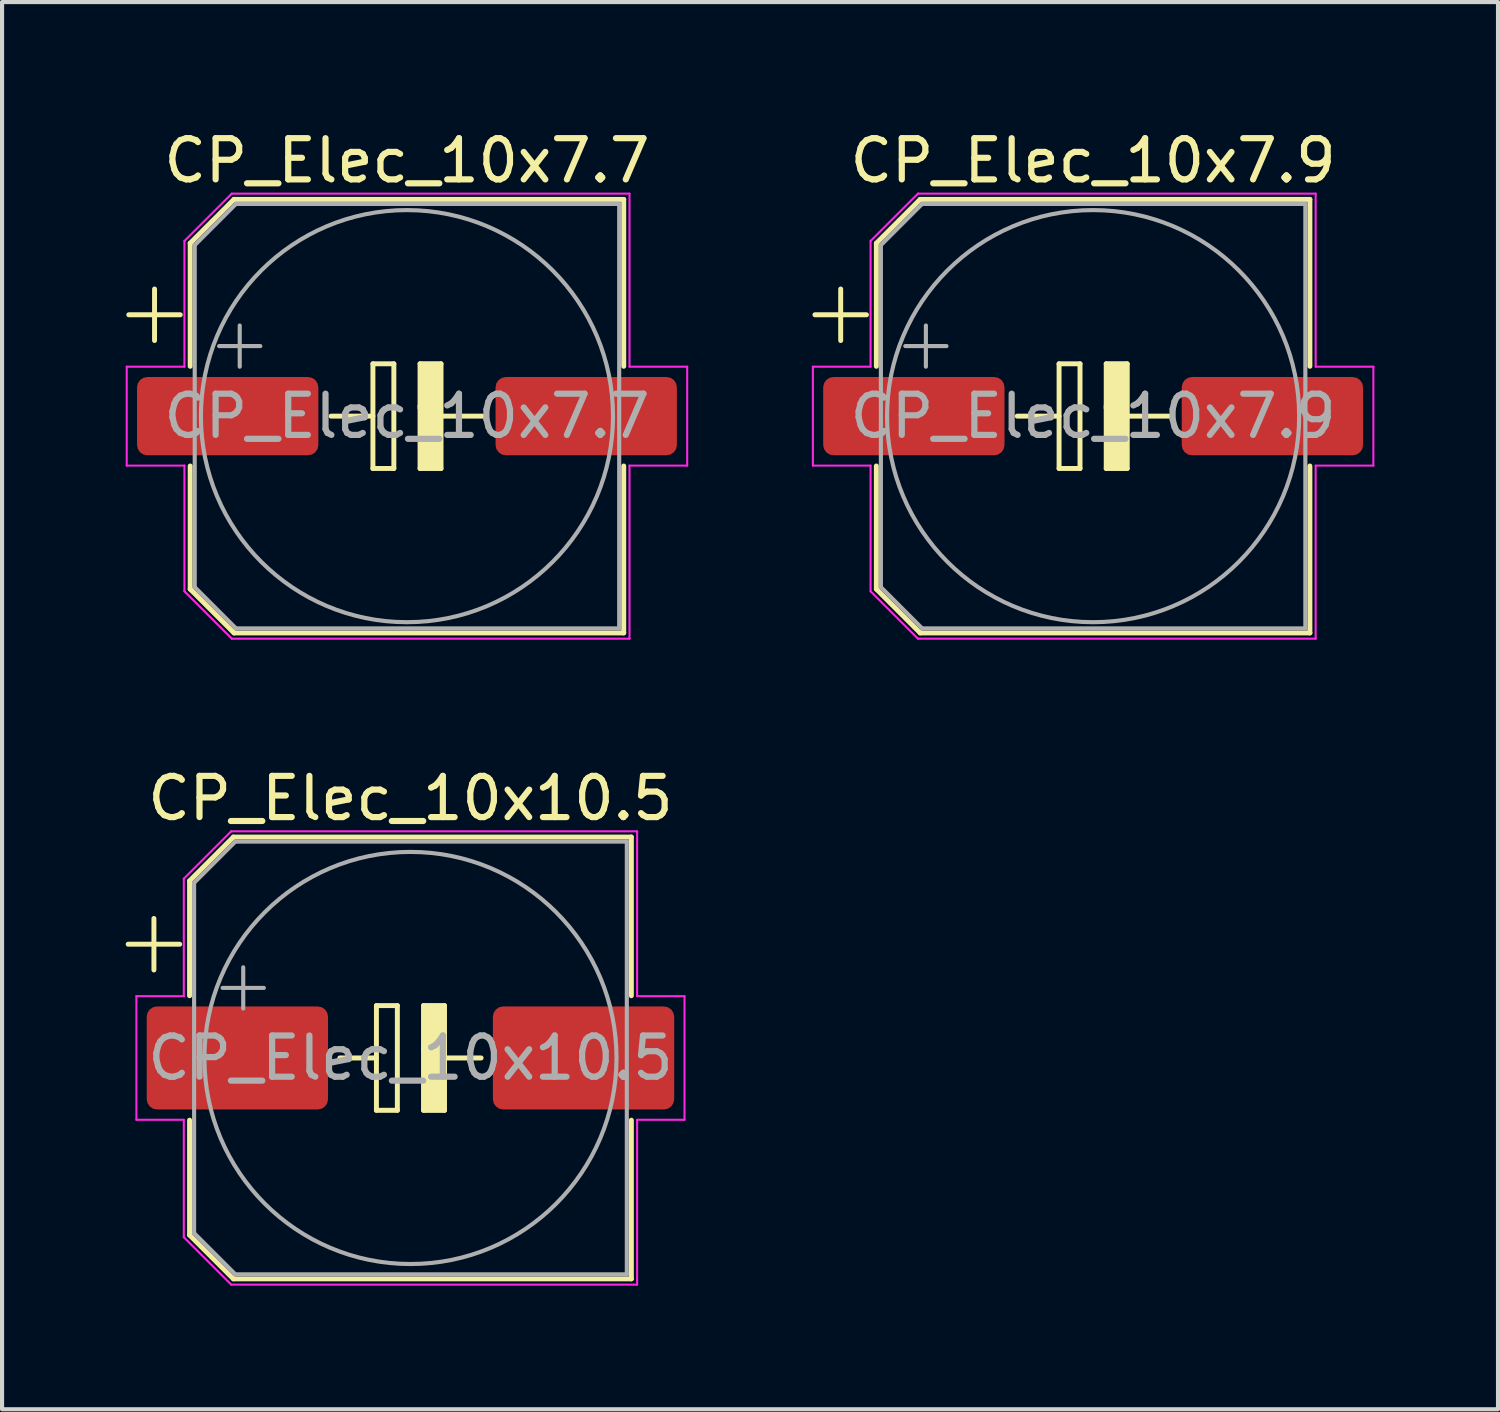
<source format=kicad_pcb>
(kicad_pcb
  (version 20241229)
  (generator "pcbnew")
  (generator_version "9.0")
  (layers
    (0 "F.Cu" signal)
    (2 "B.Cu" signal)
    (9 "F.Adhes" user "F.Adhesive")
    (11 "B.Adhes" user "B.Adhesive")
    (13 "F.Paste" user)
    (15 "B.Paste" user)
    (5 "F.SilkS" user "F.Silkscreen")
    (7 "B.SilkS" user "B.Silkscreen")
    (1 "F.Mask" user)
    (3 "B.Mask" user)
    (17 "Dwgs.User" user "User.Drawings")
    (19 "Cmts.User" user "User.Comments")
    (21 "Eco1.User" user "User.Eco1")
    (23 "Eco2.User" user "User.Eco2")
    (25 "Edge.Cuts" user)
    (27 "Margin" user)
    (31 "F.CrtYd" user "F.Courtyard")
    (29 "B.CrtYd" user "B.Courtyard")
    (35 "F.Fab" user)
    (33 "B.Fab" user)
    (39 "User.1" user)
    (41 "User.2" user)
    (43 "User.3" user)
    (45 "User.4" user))
  (footprint "CP_Elec_10x7.7"
    (layer "F.Cu")
    (at 6.825 7.048)
    (property "Reference" "CP_Elec_10x7.7" (at 0 -6.2 0) (layer "F.SilkS") (effects (font (size 1 1) (thickness 0.15))))
    (attr smd)
    (fp_line (start -6.75 -2.46) (end -5.5 -2.46) (stroke (width 0.12) (type solid)) (layer "F.SilkS"))
    (fp_line (start -6.125 -3.085) (end -6.125 -1.835) (stroke (width 0.12) (type solid)) (layer "F.SilkS"))
    (fp_line (start -5.26 -4.196) (end -5.26 -1.21) (stroke (width 0.12) (type solid)) (layer "F.SilkS"))
    (fp_line (start -5.26 -4.196) (end -4.196 -5.26) (stroke (width 0.12) (type solid)) (layer "F.SilkS"))
    (fp_line (start -5.26 4.196) (end -5.26 1.21) (stroke (width 0.12) (type solid)) (layer "F.SilkS"))
    (fp_line (start -5.26 4.196) (end -4.196 5.26) (stroke (width 0.12) (type solid)) (layer "F.SilkS"))
    (fp_line (start -4.196 -5.26) (end 5.26 -5.26) (stroke (width 0.12) (type solid)) (layer "F.SilkS"))
    (fp_line (start -4.196 5.26) (end 5.26 5.26) (stroke (width 0.12) (type solid)) (layer "F.SilkS"))
    (fp_line (start -1.841 0) (end -0.826 0) (stroke (width 0.12) (type solid)) (layer "F.SilkS"))
    (fp_line (start -0.826 1.27) (end -0.826 -1.27) (stroke (width 0.12) (type solid)) (layer "F.SilkS"))
    (fp_line (start -0.318 -1.27) (end -0.826 -1.27) (stroke (width 0.12) (type solid)) (layer "F.SilkS"))
    (fp_line (start -0.318 -1.27) (end -0.318 1.27) (stroke (width 0.12) (type solid)) (layer "F.SilkS"))
    (fp_line (start -0.318 1.27) (end -0.826 1.27) (stroke (width 0.12) (type solid)) (layer "F.SilkS"))
    (fp_line (start 0.318 -1.27) (end 0.318 -0.191) (stroke (width 0.12) (type solid)) (layer "F.SilkS"))
    (fp_line (start 0.318 -0.254) (end 0.318 1.27) (stroke (width 0.12) (type solid)) (layer "F.SilkS"))
    (fp_line (start 0.318 1.27) (end 0.826 1.27) (stroke (width 0.12) (type solid)) (layer "F.SilkS"))
    (fp_line (start 0.826 -1.27) (end 0.318 -1.27) (stroke (width 0.12) (type solid)) (layer "F.SilkS"))
    (fp_line (start 0.826 0) (end 1.841 0) (stroke (width 0.12) (type solid)) (layer "F.SilkS"))
    (fp_line (start 0.826 1.27) (end 0.826 -1.27) (stroke (width 0.12) (type solid)) (layer "F.SilkS"))
    (fp_line (start 5.26 -5.26) (end 5.26 -1.21) (stroke (width 0.12) (type solid)) (layer "F.SilkS"))
    (fp_line (start 5.26 5.26) (end 5.26 1.21) (stroke (width 0.12) (type solid)) (layer "F.SilkS"))
    (fp_poly (pts (xy 0.826 1.27) (xy 0.318 1.27) (xy 0.318 -1.27) (xy 0.826 -1.27)) (stroke (width 0.1) (type solid)) (fill yes) (layer "F.SilkS"))
    (fp_line (start -6.8 -1.2) (end -6.8 1.2) (stroke (width 0.05) (type solid)) (layer "F.CrtYd"))
    (fp_line (start -6.8 1.2) (end -5.4 1.2) (stroke (width 0.05) (type solid)) (layer "F.CrtYd"))
    (fp_line (start -5.4 -4.25) (end -5.4 -1.2) (stroke (width 0.05) (type solid)) (layer "F.CrtYd"))
    (fp_line (start -5.4 -4.25) (end -4.25 -5.4) (stroke (width 0.05) (type solid)) (layer "F.CrtYd"))
    (fp_line (start -5.4 -1.2) (end -6.8 -1.2) (stroke (width 0.05) (type solid)) (layer "F.CrtYd"))
    (fp_line (start -5.4 1.2) (end -5.4 4.25) (stroke (width 0.05) (type solid)) (layer "F.CrtYd"))
    (fp_line (start -5.4 4.25) (end -4.25 5.4) (stroke (width 0.05) (type solid)) (layer "F.CrtYd"))
    (fp_line (start -4.25 -5.4) (end 5.4 -5.4) (stroke (width 0.05) (type solid)) (layer "F.CrtYd"))
    (fp_line (start -4.25 5.4) (end 5.4 5.4) (stroke (width 0.05) (type solid)) (layer "F.CrtYd"))
    (fp_line (start 5.4 -5.4) (end 5.4 -1.2) (stroke (width 0.05) (type solid)) (layer "F.CrtYd"))
    (fp_line (start 5.4 -1.2) (end 6.8 -1.2) (stroke (width 0.05) (type solid)) (layer "F.CrtYd"))
    (fp_line (start 5.4 1.2) (end 5.4 5.4) (stroke (width 0.05) (type solid)) (layer "F.CrtYd"))
    (fp_line (start 6.8 -1.2) (end 6.8 1.2) (stroke (width 0.05) (type solid)) (layer "F.CrtYd"))
    (fp_line (start 6.8 1.2) (end 5.4 1.2) (stroke (width 0.05) (type solid)) (layer "F.CrtYd"))
    (fp_line (start -5.15 -4.15) (end -5.15 4.15) (stroke (width 0.1) (type solid)) (layer "F.Fab"))
    (fp_line (start -5.15 -4.15) (end -4.15 -5.15) (stroke (width 0.1) (type solid)) (layer "F.Fab"))
    (fp_line (start -5.15 4.15) (end -4.15 5.15) (stroke (width 0.1) (type solid)) (layer "F.Fab"))
    (fp_line (start -4.558 -1.7) (end -3.558 -1.7) (stroke (width 0.1) (type solid)) (layer "F.Fab"))
    (fp_line (start -4.15 -5.15) (end 5.15 -5.15) (stroke (width 0.1) (type solid)) (layer "F.Fab"))
    (fp_line (start -4.15 5.15) (end 5.15 5.15) (stroke (width 0.1) (type solid)) (layer "F.Fab"))
    (fp_line (start -4.058 -2.2) (end -4.058 -1.2) (stroke (width 0.1) (type solid)) (layer "F.Fab"))
    (fp_line (start 5.15 -5.15) (end 5.15 5.15) (stroke (width 0.1) (type solid)) (layer "F.Fab"))
    (fp_circle (center 0 0) (end 5 0) (stroke (width 0.1) (type solid)) (fill no) (layer "F.Fab"))
    (fp_text user "${REFERENCE}" (at 0 0 0) (layer "F.Fab") (effects (font (size 1 1) (thickness 0.15))))
    (pad "1" smd roundrect (at -4.35 0) (size 4.4 1.9) (layers "F.Cu" "F.Mask" "F.Paste") (roundrect_rratio 0.132))
    (pad "2" smd roundrect (at 4.35 0) (size 4.4 1.9) (layers "F.Cu" "F.Mask" "F.Paste") (roundrect_rratio 0.132)))
  (footprint "CP_Elec_10x7.9"
    (layer "F.Cu")
    (at 23.475 7.048)
    (property "Reference" "CP_Elec_10x7.9" (at 0 -6.2 0) (layer "F.SilkS") (effects (font (size 1 1) (thickness 0.15))))
    (attr smd)
    (fp_line (start -6.75 -2.46) (end -5.5 -2.46) (stroke (width 0.12) (type solid)) (layer "F.SilkS"))
    (fp_line (start -6.125 -3.085) (end -6.125 -1.835) (stroke (width 0.12) (type solid)) (layer "F.SilkS"))
    (fp_line (start -5.26 -4.196) (end -5.26 -1.21) (stroke (width 0.12) (type solid)) (layer "F.SilkS"))
    (fp_line (start -5.26 -4.196) (end -4.196 -5.26) (stroke (width 0.12) (type solid)) (layer "F.SilkS"))
    (fp_line (start -5.26 4.196) (end -5.26 1.21) (stroke (width 0.12) (type solid)) (layer "F.SilkS"))
    (fp_line (start -5.26 4.196) (end -4.196 5.26) (stroke (width 0.12) (type solid)) (layer "F.SilkS"))
    (fp_line (start -4.196 -5.26) (end 5.26 -5.26) (stroke (width 0.12) (type solid)) (layer "F.SilkS"))
    (fp_line (start -4.196 5.26) (end 5.26 5.26) (stroke (width 0.12) (type solid)) (layer "F.SilkS"))
    (fp_line (start -1.841 0) (end -0.826 0) (stroke (width 0.12) (type solid)) (layer "F.SilkS"))
    (fp_line (start -0.826 1.27) (end -0.826 -1.27) (stroke (width 0.12) (type solid)) (layer "F.SilkS"))
    (fp_line (start -0.318 -1.27) (end -0.826 -1.27) (stroke (width 0.12) (type solid)) (layer "F.SilkS"))
    (fp_line (start -0.318 -1.27) (end -0.318 1.27) (stroke (width 0.12) (type solid)) (layer "F.SilkS"))
    (fp_line (start -0.318 1.27) (end -0.826 1.27) (stroke (width 0.12) (type solid)) (layer "F.SilkS"))
    (fp_line (start 0.318 -1.27) (end 0.318 -0.191) (stroke (width 0.12) (type solid)) (layer "F.SilkS"))
    (fp_line (start 0.318 -0.254) (end 0.318 1.27) (stroke (width 0.12) (type solid)) (layer "F.SilkS"))
    (fp_line (start 0.318 1.27) (end 0.826 1.27) (stroke (width 0.12) (type solid)) (layer "F.SilkS"))
    (fp_line (start 0.826 -1.27) (end 0.318 -1.27) (stroke (width 0.12) (type solid)) (layer "F.SilkS"))
    (fp_line (start 0.826 0) (end 1.841 0) (stroke (width 0.12) (type solid)) (layer "F.SilkS"))
    (fp_line (start 0.826 1.27) (end 0.826 -1.27) (stroke (width 0.12) (type solid)) (layer "F.SilkS"))
    (fp_line (start 5.26 -5.26) (end 5.26 -1.21) (stroke (width 0.12) (type solid)) (layer "F.SilkS"))
    (fp_line (start 5.26 5.26) (end 5.26 1.21) (stroke (width 0.12) (type solid)) (layer "F.SilkS"))
    (fp_poly (pts (xy 0.826 1.27) (xy 0.318 1.27) (xy 0.318 -1.27) (xy 0.826 -1.27)) (stroke (width 0.1) (type solid)) (fill yes) (layer "F.SilkS"))
    (fp_line (start -6.8 -1.2) (end -6.8 1.2) (stroke (width 0.05) (type solid)) (layer "F.CrtYd"))
    (fp_line (start -6.8 1.2) (end -5.4 1.2) (stroke (width 0.05) (type solid)) (layer "F.CrtYd"))
    (fp_line (start -5.4 -4.25) (end -5.4 -1.2) (stroke (width 0.05) (type solid)) (layer "F.CrtYd"))
    (fp_line (start -5.4 -4.25) (end -4.25 -5.4) (stroke (width 0.05) (type solid)) (layer "F.CrtYd"))
    (fp_line (start -5.4 -1.2) (end -6.8 -1.2) (stroke (width 0.05) (type solid)) (layer "F.CrtYd"))
    (fp_line (start -5.4 1.2) (end -5.4 4.25) (stroke (width 0.05) (type solid)) (layer "F.CrtYd"))
    (fp_line (start -5.4 4.25) (end -4.25 5.4) (stroke (width 0.05) (type solid)) (layer "F.CrtYd"))
    (fp_line (start -4.25 -5.4) (end 5.4 -5.4) (stroke (width 0.05) (type solid)) (layer "F.CrtYd"))
    (fp_line (start -4.25 5.4) (end 5.4 5.4) (stroke (width 0.05) (type solid)) (layer "F.CrtYd"))
    (fp_line (start 5.4 -5.4) (end 5.4 -1.2) (stroke (width 0.05) (type solid)) (layer "F.CrtYd"))
    (fp_line (start 5.4 -1.2) (end 6.8 -1.2) (stroke (width 0.05) (type solid)) (layer "F.CrtYd"))
    (fp_line (start 5.4 1.2) (end 5.4 5.4) (stroke (width 0.05) (type solid)) (layer "F.CrtYd"))
    (fp_line (start 6.8 -1.2) (end 6.8 1.2) (stroke (width 0.05) (type solid)) (layer "F.CrtYd"))
    (fp_line (start 6.8 1.2) (end 5.4 1.2) (stroke (width 0.05) (type solid)) (layer "F.CrtYd"))
    (fp_line (start -5.15 -4.15) (end -5.15 4.15) (stroke (width 0.1) (type solid)) (layer "F.Fab"))
    (fp_line (start -5.15 -4.15) (end -4.15 -5.15) (stroke (width 0.1) (type solid)) (layer "F.Fab"))
    (fp_line (start -5.15 4.15) (end -4.15 5.15) (stroke (width 0.1) (type solid)) (layer "F.Fab"))
    (fp_line (start -4.558 -1.7) (end -3.558 -1.7) (stroke (width 0.1) (type solid)) (layer "F.Fab"))
    (fp_line (start -4.15 -5.15) (end 5.15 -5.15) (stroke (width 0.1) (type solid)) (layer "F.Fab"))
    (fp_line (start -4.15 5.15) (end 5.15 5.15) (stroke (width 0.1) (type solid)) (layer "F.Fab"))
    (fp_line (start -4.058 -2.2) (end -4.058 -1.2) (stroke (width 0.1) (type solid)) (layer "F.Fab"))
    (fp_line (start 5.15 -5.15) (end 5.15 5.15) (stroke (width 0.1) (type solid)) (layer "F.Fab"))
    (fp_circle (center 0 0) (end 5 0) (stroke (width 0.1) (type solid)) (fill no) (layer "F.Fab"))
    (fp_text user "${REFERENCE}" (at 0 0 0) (layer "F.Fab") (effects (font (size 1 1) (thickness 0.15))))
    (pad "1" smd roundrect (at -4.35 0) (size 4.4 1.9) (layers "F.Cu" "F.Mask" "F.Paste") (roundrect_rratio 0.132))
    (pad "2" smd roundrect (at 4.35 0) (size 4.4 1.9) (layers "F.Cu" "F.Mask" "F.Paste") (roundrect_rratio 0.132)))
  (footprint "CP_Elec_10x10.5"
    (layer "F.Cu")
    (at 6.91 22.622)
    (property "Reference" "CP_Elec_10x10.5" (at 0 -6.3 0) (layer "F.SilkS") (effects (font (size 1 1) (thickness 0.15))))
    (attr smd)
    (fp_line (start -6.85 -2.76) (end -5.6 -2.76) (stroke (width 0.12) (type solid)) (layer "F.SilkS"))
    (fp_line (start -6.225 -3.385) (end -6.225 -2.135) (stroke (width 0.12) (type solid)) (layer "F.SilkS"))
    (fp_line (start -5.36 -4.296) (end -5.36 -1.51) (stroke (width 0.12) (type solid)) (layer "F.SilkS"))
    (fp_line (start -5.36 -4.296) (end -4.296 -5.36) (stroke (width 0.12) (type solid)) (layer "F.SilkS"))
    (fp_line (start -5.36 4.296) (end -5.36 1.51) (stroke (width 0.12) (type solid)) (layer "F.SilkS"))
    (fp_line (start -5.36 4.296) (end -4.296 5.36) (stroke (width 0.12) (type solid)) (layer "F.SilkS"))
    (fp_line (start -4.296 -5.36) (end 5.36 -5.36) (stroke (width 0.12) (type solid)) (layer "F.SilkS"))
    (fp_line (start -4.296 5.36) (end 5.36 5.36) (stroke (width 0.12) (type solid)) (layer "F.SilkS"))
    (fp_line (start -1.714 0) (end -0.826 0) (stroke (width 0.12) (type solid)) (layer "F.SilkS"))
    (fp_line (start -0.826 1.27) (end -0.826 -1.27) (stroke (width 0.12) (type solid)) (layer "F.SilkS"))
    (fp_line (start -0.318 -1.27) (end -0.826 -1.27) (stroke (width 0.12) (type solid)) (layer "F.SilkS"))
    (fp_line (start -0.318 -1.27) (end -0.318 1.27) (stroke (width 0.12) (type solid)) (layer "F.SilkS"))
    (fp_line (start -0.318 1.27) (end -0.826 1.27) (stroke (width 0.12) (type solid)) (layer "F.SilkS"))
    (fp_line (start 0.318 -1.27) (end 0.318 -0.191) (stroke (width 0.12) (type solid)) (layer "F.SilkS"))
    (fp_line (start 0.318 -0.254) (end 0.318 1.27) (stroke (width 0.12) (type solid)) (layer "F.SilkS"))
    (fp_line (start 0.318 1.27) (end 0.826 1.27) (stroke (width 0.12) (type solid)) (layer "F.SilkS"))
    (fp_line (start 0.826 -1.27) (end 0.318 -1.27) (stroke (width 0.12) (type solid)) (layer "F.SilkS"))
    (fp_line (start 0.826 0) (end 1.714 0) (stroke (width 0.12) (type solid)) (layer "F.SilkS"))
    (fp_line (start 0.826 1.27) (end 0.826 -1.27) (stroke (width 0.12) (type solid)) (layer "F.SilkS"))
    (fp_line (start 5.36 -5.36) (end 5.36 -1.51) (stroke (width 0.12) (type solid)) (layer "F.SilkS"))
    (fp_line (start 5.36 5.36) (end 5.36 1.51) (stroke (width 0.12) (type solid)) (layer "F.SilkS"))
    (fp_poly (pts (xy 0.826 1.27) (xy 0.318 1.27) (xy 0.318 -1.27) (xy 0.826 -1.27)) (stroke (width 0.1) (type solid)) (fill yes) (layer "F.SilkS"))
    (fp_line (start -6.65 -1.5) (end -6.65 1.5) (stroke (width 0.05) (type solid)) (layer "F.CrtYd"))
    (fp_line (start -6.65 1.5) (end -5.5 1.5) (stroke (width 0.05) (type solid)) (layer "F.CrtYd"))
    (fp_line (start -5.5 -4.35) (end -5.5 -1.5) (stroke (width 0.05) (type solid)) (layer "F.CrtYd"))
    (fp_line (start -5.5 -4.35) (end -4.35 -5.5) (stroke (width 0.05) (type solid)) (layer "F.CrtYd"))
    (fp_line (start -5.5 -1.5) (end -6.65 -1.5) (stroke (width 0.05) (type solid)) (layer "F.CrtYd"))
    (fp_line (start -5.5 1.5) (end -5.5 4.35) (stroke (width 0.05) (type solid)) (layer "F.CrtYd"))
    (fp_line (start -5.5 4.35) (end -4.35 5.5) (stroke (width 0.05) (type solid)) (layer "F.CrtYd"))
    (fp_line (start -4.35 -5.5) (end 5.5 -5.5) (stroke (width 0.05) (type solid)) (layer "F.CrtYd"))
    (fp_line (start -4.35 5.5) (end 5.5 5.5) (stroke (width 0.05) (type solid)) (layer "F.CrtYd"))
    (fp_line (start 5.5 -5.5) (end 5.5 -1.5) (stroke (width 0.05) (type solid)) (layer "F.CrtYd"))
    (fp_line (start 5.5 -1.5) (end 6.65 -1.5) (stroke (width 0.05) (type solid)) (layer "F.CrtYd"))
    (fp_line (start 5.5 1.5) (end 5.5 5.5) (stroke (width 0.05) (type solid)) (layer "F.CrtYd"))
    (fp_line (start 6.65 -1.5) (end 6.65 1.5) (stroke (width 0.05) (type solid)) (layer "F.CrtYd"))
    (fp_line (start 6.65 1.5) (end 5.5 1.5) (stroke (width 0.05) (type solid)) (layer "F.CrtYd"))
    (fp_line (start -5.25 -4.25) (end -5.25 4.25) (stroke (width 0.1) (type solid)) (layer "F.Fab"))
    (fp_line (start -5.25 -4.25) (end -4.25 -5.25) (stroke (width 0.1) (type solid)) (layer "F.Fab"))
    (fp_line (start -5.25 4.25) (end -4.25 5.25) (stroke (width 0.1) (type solid)) (layer "F.Fab"))
    (fp_line (start -4.558 -1.7) (end -3.558 -1.7) (stroke (width 0.1) (type solid)) (layer "F.Fab"))
    (fp_line (start -4.25 -5.25) (end 5.25 -5.25) (stroke (width 0.1) (type solid)) (layer "F.Fab"))
    (fp_line (start -4.25 5.25) (end 5.25 5.25) (stroke (width 0.1) (type solid)) (layer "F.Fab"))
    (fp_line (start -4.058 -2.2) (end -4.058 -1.2) (stroke (width 0.1) (type solid)) (layer "F.Fab"))
    (fp_line (start 5.25 -5.25) (end 5.25 5.25) (stroke (width 0.1) (type solid)) (layer "F.Fab"))
    (fp_circle (center 0 0) (end 5 0) (stroke (width 0.1) (type solid)) (fill no) (layer "F.Fab"))
    (fp_text user "${REFERENCE}" (at 0 0 0) (layer "F.Fab") (effects (font (size 1 1) (thickness 0.15))))
    (pad "1" smd roundrect (at -4.2 0) (size 4.4 2.5) (layers "F.Cu" "F.Mask" "F.Paste") (roundrect_rratio 0.1))
    (pad "2" smd roundrect (at 4.2 0) (size 4.4 2.5) (layers "F.Cu" "F.Mask" "F.Paste") (roundrect_rratio 0.1)))
  (gr_rect
    (start -3 -3)
    (end 33.3 31.146)
    (stroke (width 0.1) (type default))
    (fill no)
    (layer "Edge.Cuts")))
</source>
